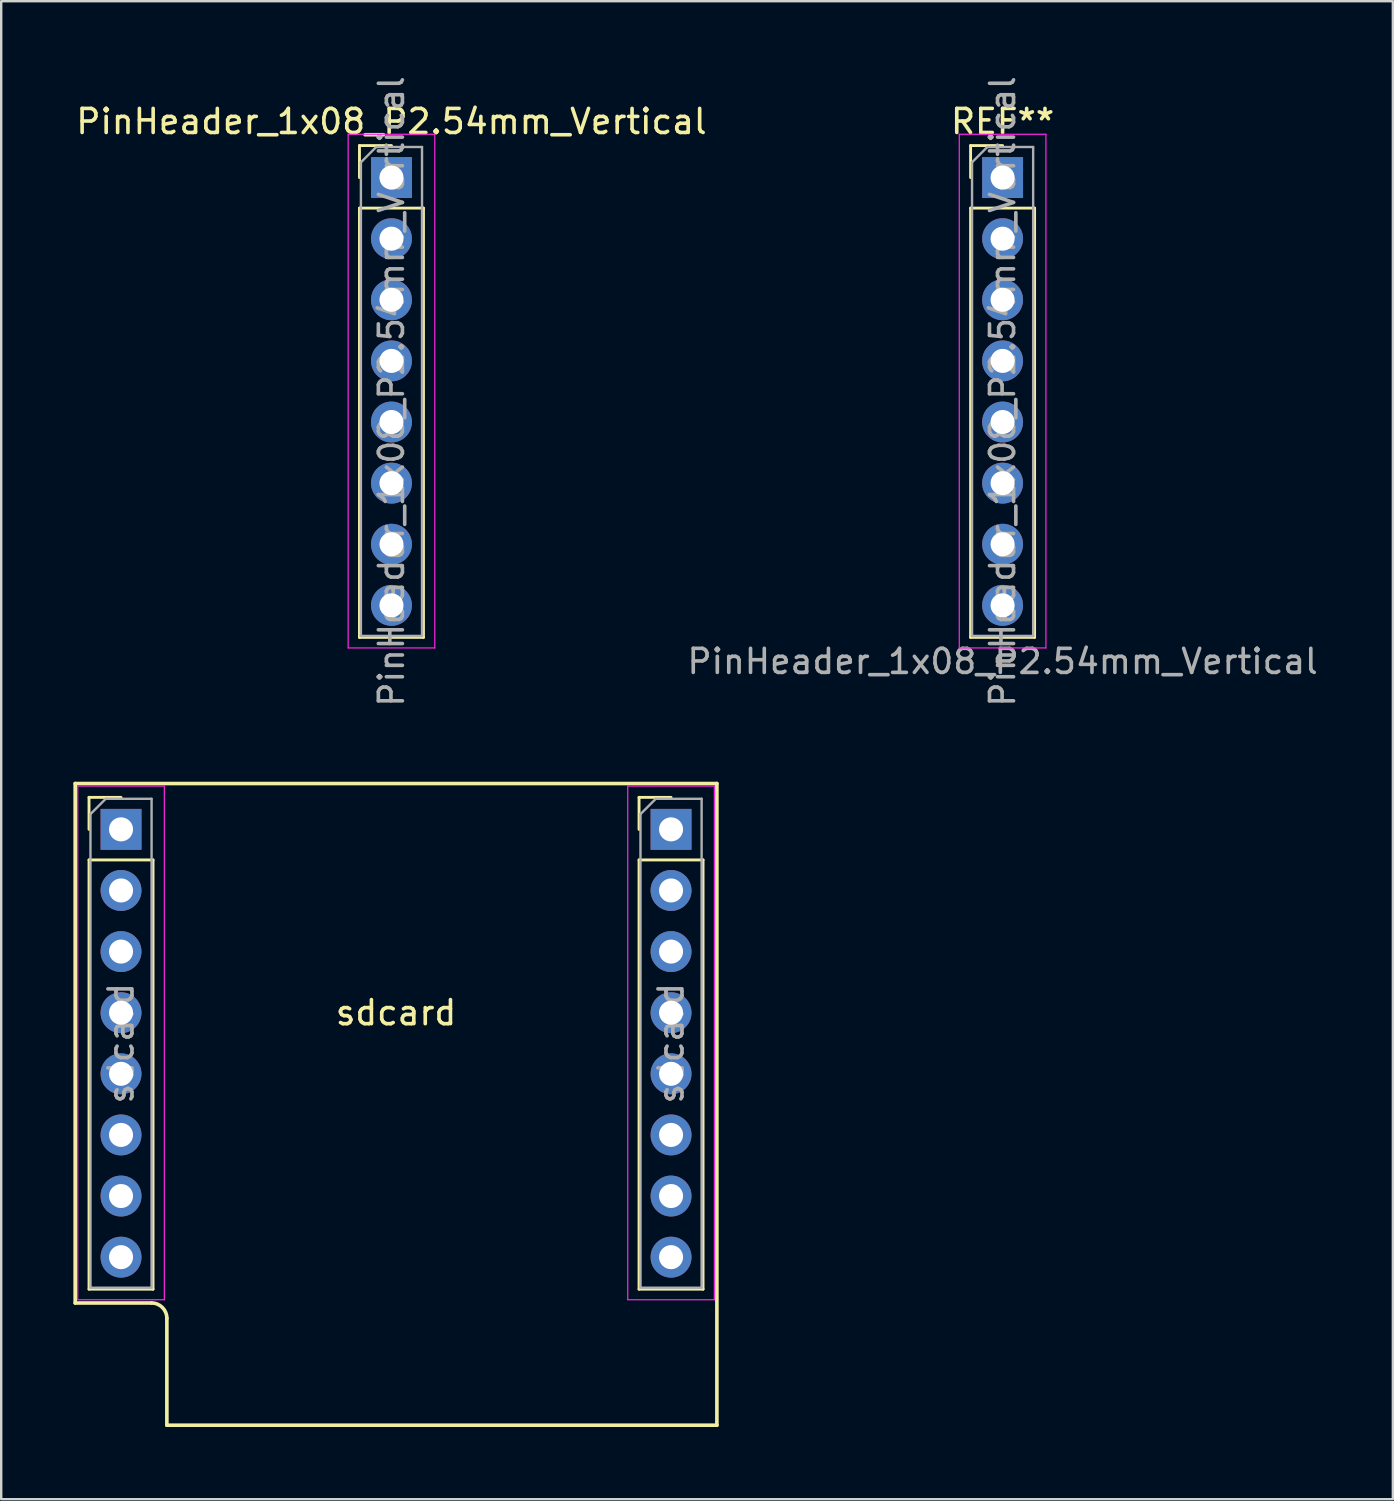
<source format=kicad_pcb>
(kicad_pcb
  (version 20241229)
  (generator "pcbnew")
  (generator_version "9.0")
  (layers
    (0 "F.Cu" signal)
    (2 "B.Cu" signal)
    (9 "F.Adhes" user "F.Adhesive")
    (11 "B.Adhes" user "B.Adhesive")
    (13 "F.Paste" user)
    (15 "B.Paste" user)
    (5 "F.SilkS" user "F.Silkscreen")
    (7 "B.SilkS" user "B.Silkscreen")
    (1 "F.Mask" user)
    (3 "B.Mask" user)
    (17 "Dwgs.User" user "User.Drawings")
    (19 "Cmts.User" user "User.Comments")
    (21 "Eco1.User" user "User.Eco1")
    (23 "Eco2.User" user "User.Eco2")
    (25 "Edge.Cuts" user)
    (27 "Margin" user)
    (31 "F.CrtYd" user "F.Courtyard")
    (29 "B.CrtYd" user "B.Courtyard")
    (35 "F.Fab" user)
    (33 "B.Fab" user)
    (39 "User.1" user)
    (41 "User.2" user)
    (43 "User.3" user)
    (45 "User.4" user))
  (footprint "sdcard"
    (layer "F.Cu")
    (at 14.045 40.31)
    (property "Reference" "sdcard" (at -0.635 -1.27 0) (layer "F.SilkS") (effects (font (size 1 1) (thickness 0.15))))
    (attr through_hole)
    (fp_line (start -13.97 -10.795) (end -13.97 10.795) (stroke (width 0.15) (type solid)) (layer "F.SilkS"))
    (fp_line (start -13.395 -10.22) (end -12.065 -10.22) (stroke (width 0.12) (type solid)) (layer "F.SilkS"))
    (fp_line (start -13.395 -8.89) (end -13.395 -10.22) (stroke (width 0.12) (type solid)) (layer "F.SilkS"))
    (fp_line (start -13.395 -7.62) (end -13.395 10.22) (stroke (width 0.12) (type solid)) (layer "F.SilkS"))
    (fp_line (start -13.395 -7.62) (end -10.735 -7.62) (stroke (width 0.12) (type solid)) (layer "F.SilkS"))
    (fp_line (start -13.395 10.22) (end -10.735 10.22) (stroke (width 0.12) (type solid)) (layer "F.SilkS"))
    (fp_line (start -10.795 10.795) (end -13.97 10.795) (stroke (width 0.15) (type solid)) (layer "F.SilkS"))
    (fp_line (start -10.735 -7.62) (end -10.735 10.22) (stroke (width 0.12) (type solid)) (layer "F.SilkS"))
    (fp_line (start -10.16 15.875) (end -10.16 11.43) (stroke (width 0.15) (type solid)) (layer "F.SilkS"))
    (fp_line (start -10.16 15.875) (end 12.7 15.875) (stroke (width 0.15) (type solid)) (layer "F.SilkS"))
    (fp_line (start 9.465 -10.22) (end 10.795 -10.22) (stroke (width 0.12) (type solid)) (layer "F.SilkS"))
    (fp_line (start 9.465 -8.89) (end 9.465 -10.22) (stroke (width 0.12) (type solid)) (layer "F.SilkS"))
    (fp_line (start 9.465 -7.62) (end 9.465 10.22) (stroke (width 0.12) (type solid)) (layer "F.SilkS"))
    (fp_line (start 9.465 -7.62) (end 12.125 -7.62) (stroke (width 0.12) (type solid)) (layer "F.SilkS"))
    (fp_line (start 9.465 10.22) (end 12.125 10.22) (stroke (width 0.12) (type solid)) (layer "F.SilkS"))
    (fp_line (start 12.125 -7.62) (end 12.125 10.22) (stroke (width 0.12) (type solid)) (layer "F.SilkS"))
    (fp_line (start 12.7 -10.795) (end -13.97 -10.795) (stroke (width 0.15) (type solid)) (layer "F.SilkS"))
    (fp_line (start 12.7 15.875) (end 12.7 -10.795) (stroke (width 0.15) (type solid)) (layer "F.SilkS"))
    (fp_arc (start -10.795 10.795) (mid -10.345987 10.980987) (end -10.16 11.43) (stroke (width 0.15) (type solid)) (layer "F.SilkS"))
    (fp_line (start -13.865 -10.69) (end -13.865 10.66) (stroke (width 0.05) (type solid)) (layer "F.CrtYd"))
    (fp_line (start -13.865 10.66) (end -10.265 10.66) (stroke (width 0.05) (type solid)) (layer "F.CrtYd"))
    (fp_line (start -10.265 -10.69) (end -13.865 -10.69) (stroke (width 0.05) (type solid)) (layer "F.CrtYd"))
    (fp_line (start -10.265 10.66) (end -10.265 -10.69) (stroke (width 0.05) (type solid)) (layer "F.CrtYd"))
    (fp_line (start 8.995 -10.69) (end 8.995 10.66) (stroke (width 0.05) (type solid)) (layer "F.CrtYd"))
    (fp_line (start 8.995 10.66) (end 12.595 10.66) (stroke (width 0.05) (type solid)) (layer "F.CrtYd"))
    (fp_line (start 12.595 -10.69) (end 8.995 -10.69) (stroke (width 0.05) (type solid)) (layer "F.CrtYd"))
    (fp_line (start 12.595 10.66) (end 12.595 -10.69) (stroke (width 0.05) (type solid)) (layer "F.CrtYd"))
    (fp_line (start -13.335 -9.525) (end -12.7 -10.16) (stroke (width 0.1) (type solid)) (layer "F.Fab"))
    (fp_line (start -13.335 10.16) (end -13.335 -9.525) (stroke (width 0.1) (type solid)) (layer "F.Fab"))
    (fp_line (start -12.7 -10.16) (end -10.795 -10.16) (stroke (width 0.1) (type solid)) (layer "F.Fab"))
    (fp_line (start -10.795 -10.16) (end -10.795 10.16) (stroke (width 0.1) (type solid)) (layer "F.Fab"))
    (fp_line (start -10.795 10.16) (end -13.335 10.16) (stroke (width 0.1) (type solid)) (layer "F.Fab"))
    (fp_line (start 9.525 -9.525) (end 10.16 -10.16) (stroke (width 0.1) (type solid)) (layer "F.Fab"))
    (fp_line (start 9.525 10.16) (end 9.525 -9.525) (stroke (width 0.1) (type solid)) (layer "F.Fab"))
    (fp_line (start 10.16 -10.16) (end 12.065 -10.16) (stroke (width 0.1) (type solid)) (layer "F.Fab"))
    (fp_line (start 12.065 -10.16) (end 12.065 10.16) (stroke (width 0.1) (type solid)) (layer "F.Fab"))
    (fp_line (start 12.065 10.16) (end 9.525 10.16) (stroke (width 0.1) (type solid)) (layer "F.Fab"))
    (fp_text user "${REFERENCE}" (at 10.795 0 90) (layer "F.Fab") (effects (font (size 1 1) (thickness 0.15))))
    (fp_text user "${REFERENCE}" (at -12.065 0 90) (layer "F.Fab") (effects (font (size 1 1) (thickness 0.15))))
    (pad "1" thru_hole rect (at -12.065 -8.89) (size 1.7 1.7) (drill 1) (layers "*.Cu" "*.Mask"))
    (pad "2" thru_hole oval (at -12.065 -6.35) (size 1.7 1.7) (drill 1) (layers "*.Cu" "*.Mask"))
    (pad "3" thru_hole oval (at -12.065 -3.81) (size 1.7 1.7) (drill 1) (layers "*.Cu" "*.Mask"))
    (pad "4" thru_hole oval (at -12.065 -1.27) (size 1.7 1.7) (drill 1) (layers "*.Cu" "*.Mask"))
    (pad "5" thru_hole oval (at -12.065 1.27) (size 1.7 1.7) (drill 1) (layers "*.Cu" "*.Mask"))
    (pad "6" thru_hole oval (at -12.065 3.81) (size 1.7 1.7) (drill 1) (layers "*.Cu" "*.Mask"))
    (pad "7" thru_hole oval (at -12.065 6.35) (size 1.7 1.7) (drill 1) (layers "*.Cu" "*.Mask"))
    (pad "8" thru_hole oval (at -12.065 8.89) (size 1.7 1.7) (drill 1) (layers "*.Cu" "*.Mask"))
    (pad "9" thru_hole oval (at 10.795 8.89) (size 1.7 1.7) (drill 1) (layers "*.Cu" "*.Mask"))
    (pad "10" thru_hole oval (at 10.795 6.35) (size 1.7 1.7) (drill 1) (layers "*.Cu" "*.Mask"))
    (pad "11" thru_hole oval (at 10.795 3.81) (size 1.7 1.7) (drill 1) (layers "*.Cu" "*.Mask"))
    (pad "12" thru_hole oval (at 10.795 1.27) (size 1.7 1.7) (drill 1) (layers "*.Cu" "*.Mask"))
    (pad "13" thru_hole oval (at 10.795 -1.27) (size 1.7 1.7) (drill 1) (layers "*.Cu" "*.Mask"))
    (pad "14" thru_hole oval (at 10.795 -3.81) (size 1.7 1.7) (drill 1) (layers "*.Cu" "*.Mask"))
    (pad "15" thru_hole oval (at 10.795 -6.35) (size 1.7 1.7) (drill 1) (layers "*.Cu" "*.Mask"))
    (pad "16" thru_hole rect (at 10.795 -8.89) (size 1.7 1.7) (drill 1) (layers "*.Cu" "*.Mask")))
  (footprint "PinHeader_1x08_P2.54mm_Vertical"
    (layer "F.Cu")
    (at 23.38 11.95)
    (property "Reference" "PinHeader_1x08_P2.54mm_Vertical" (at -10.16 -9.95 0) (layer "F.SilkS") (effects (font (size 1 1) (thickness 0.15))))
    (attr through_hole)
    (fp_line (start -11.49 -8.95) (end -10.16 -8.95) (stroke (width 0.12) (type solid)) (layer "F.SilkS"))
    (fp_line (start -11.49 -7.62) (end -11.49 -8.95) (stroke (width 0.12) (type solid)) (layer "F.SilkS"))
    (fp_line (start -11.49 -6.35) (end -11.49 11.49) (stroke (width 0.12) (type solid)) (layer "F.SilkS"))
    (fp_line (start -11.49 -6.35) (end -8.83 -6.35) (stroke (width 0.12) (type solid)) (layer "F.SilkS"))
    (fp_line (start -11.49 11.49) (end -8.83 11.49) (stroke (width 0.12) (type solid)) (layer "F.SilkS"))
    (fp_line (start -8.83 -6.35) (end -8.83 11.49) (stroke (width 0.12) (type solid)) (layer "F.SilkS"))
    (fp_line (start 13.91 -8.95) (end 15.24 -8.95) (stroke (width 0.12) (type solid)) (layer "F.SilkS"))
    (fp_line (start 13.91 -7.62) (end 13.91 -8.95) (stroke (width 0.12) (type solid)) (layer "F.SilkS"))
    (fp_line (start 13.91 -6.35) (end 13.91 11.49) (stroke (width 0.12) (type solid)) (layer "F.SilkS"))
    (fp_line (start 13.91 -6.35) (end 16.57 -6.35) (stroke (width 0.12) (type solid)) (layer "F.SilkS"))
    (fp_line (start 13.91 11.49) (end 16.57 11.49) (stroke (width 0.12) (type solid)) (layer "F.SilkS"))
    (fp_line (start 16.57 -6.35) (end 16.57 11.49) (stroke (width 0.12) (type solid)) (layer "F.SilkS"))
    (fp_line (start -11.96 -9.42) (end -11.96 11.93) (stroke (width 0.05) (type solid)) (layer "F.CrtYd"))
    (fp_line (start -11.96 11.93) (end -8.36 11.93) (stroke (width 0.05) (type solid)) (layer "F.CrtYd"))
    (fp_line (start -8.36 -9.42) (end -11.96 -9.42) (stroke (width 0.05) (type solid)) (layer "F.CrtYd"))
    (fp_line (start -8.36 11.93) (end -8.36 -9.42) (stroke (width 0.05) (type solid)) (layer "F.CrtYd"))
    (fp_line (start 13.44 -9.42) (end 13.44 11.93) (stroke (width 0.05) (type solid)) (layer "F.CrtYd"))
    (fp_line (start 13.44 11.93) (end 17.04 11.93) (stroke (width 0.05) (type solid)) (layer "F.CrtYd"))
    (fp_line (start 17.04 -9.42) (end 13.44 -9.42) (stroke (width 0.05) (type solid)) (layer "F.CrtYd"))
    (fp_line (start 17.04 11.93) (end 17.04 -9.42) (stroke (width 0.05) (type solid)) (layer "F.CrtYd"))
    (fp_line (start -11.43 -8.255) (end -10.795 -8.89) (stroke (width 0.1) (type solid)) (layer "F.Fab"))
    (fp_line (start -11.43 11.43) (end -11.43 -8.255) (stroke (width 0.1) (type solid)) (layer "F.Fab"))
    (fp_line (start -10.795 -8.89) (end -8.89 -8.89) (stroke (width 0.1) (type solid)) (layer "F.Fab"))
    (fp_line (start -8.89 -8.89) (end -8.89 11.43) (stroke (width 0.1) (type solid)) (layer "F.Fab"))
    (fp_line (start -8.89 11.43) (end -11.43 11.43) (stroke (width 0.1) (type solid)) (layer "F.Fab"))
    (fp_line (start 13.97 -8.255) (end 14.605 -8.89) (stroke (width 0.1) (type solid)) (layer "F.Fab"))
    (fp_line (start 13.97 11.43) (end 13.97 -8.255) (stroke (width 0.1) (type solid)) (layer "F.Fab"))
    (fp_line (start 14.605 -8.89) (end 16.51 -8.89) (stroke (width 0.1) (type solid)) (layer "F.Fab"))
    (fp_line (start 16.51 -8.89) (end 16.51 11.43) (stroke (width 0.1) (type solid)) (layer "F.Fab"))
    (fp_line (start 16.51 11.43) (end 13.97 11.43) (stroke (width 0.1) (type solid)) (layer "F.Fab"))
    (fp_text user "REF**" (at 15.24 -9.95 0) (layer "F.SilkS") (effects (font (size 1 1) (thickness 0.15))))
    (fp_text user "PinHeader_1x08_P2.54mm_Vertical" (at 15.24 12.49 0) (layer "F.Fab") (effects (font (size 1 1) (thickness 0.15))))
    (fp_text user "${REFERENCE}" (at -10.16 1.27 90) (layer "F.Fab") (effects (font (size 1 1) (thickness 0.15))))
    (fp_text user "${REFERENCE}" (at 15.24 1.27 90) (layer "F.Fab") (effects (font (size 1 1) (thickness 0.15))))
    (pad "1" thru_hole rect (at -10.16 -7.62) (size 1.7 1.7) (drill 1) (layers "*.Cu" "*.Mask"))
    (pad "1" thru_hole rect (at 15.24 -7.62) (size 1.7 1.7) (drill 1) (layers "*.Cu" "*.Mask"))
    (pad "2" thru_hole oval (at -10.16 -5.08) (size 1.7 1.7) (drill 1) (layers "*.Cu" "*.Mask"))
    (pad "2" thru_hole oval (at 15.24 -5.08) (size 1.7 1.7) (drill 1) (layers "*.Cu" "*.Mask"))
    (pad "3" thru_hole oval (at -10.16 -2.54) (size 1.7 1.7) (drill 1) (layers "*.Cu" "*.Mask"))
    (pad "3" thru_hole oval (at 15.24 -2.54) (size 1.7 1.7) (drill 1) (layers "*.Cu" "*.Mask"))
    (pad "4" thru_hole oval (at -10.16 0) (size 1.7 1.7) (drill 1) (layers "*.Cu" "*.Mask"))
    (pad "4" thru_hole oval (at 15.24 0) (size 1.7 1.7) (drill 1) (layers "*.Cu" "*.Mask"))
    (pad "5" thru_hole oval (at -10.16 2.54) (size 1.7 1.7) (drill 1) (layers "*.Cu" "*.Mask"))
    (pad "5" thru_hole oval (at 15.24 2.54) (size 1.7 1.7) (drill 1) (layers "*.Cu" "*.Mask"))
    (pad "6" thru_hole oval (at -10.16 5.08) (size 1.7 1.7) (drill 1) (layers "*.Cu" "*.Mask"))
    (pad "6" thru_hole oval (at 15.24 5.08) (size 1.7 1.7) (drill 1) (layers "*.Cu" "*.Mask"))
    (pad "7" thru_hole oval (at -10.16 7.62) (size 1.7 1.7) (drill 1) (layers "*.Cu" "*.Mask"))
    (pad "7" thru_hole oval (at 15.24 7.62) (size 1.7 1.7) (drill 1) (layers "*.Cu" "*.Mask"))
    (pad "8" thru_hole oval (at -10.16 10.16) (size 1.7 1.7) (drill 1) (layers "*.Cu" "*.Mask"))
    (pad "8" thru_hole oval (at 15.24 10.16) (size 1.7 1.7) (drill 1) (layers "*.Cu" "*.Mask")))
  (gr_rect
    (start -3 -3)
    (end 54.84 59.26)
    (stroke (width 0.1) (type default))
    (fill no)
    (layer "Edge.Cuts")))
</source>
